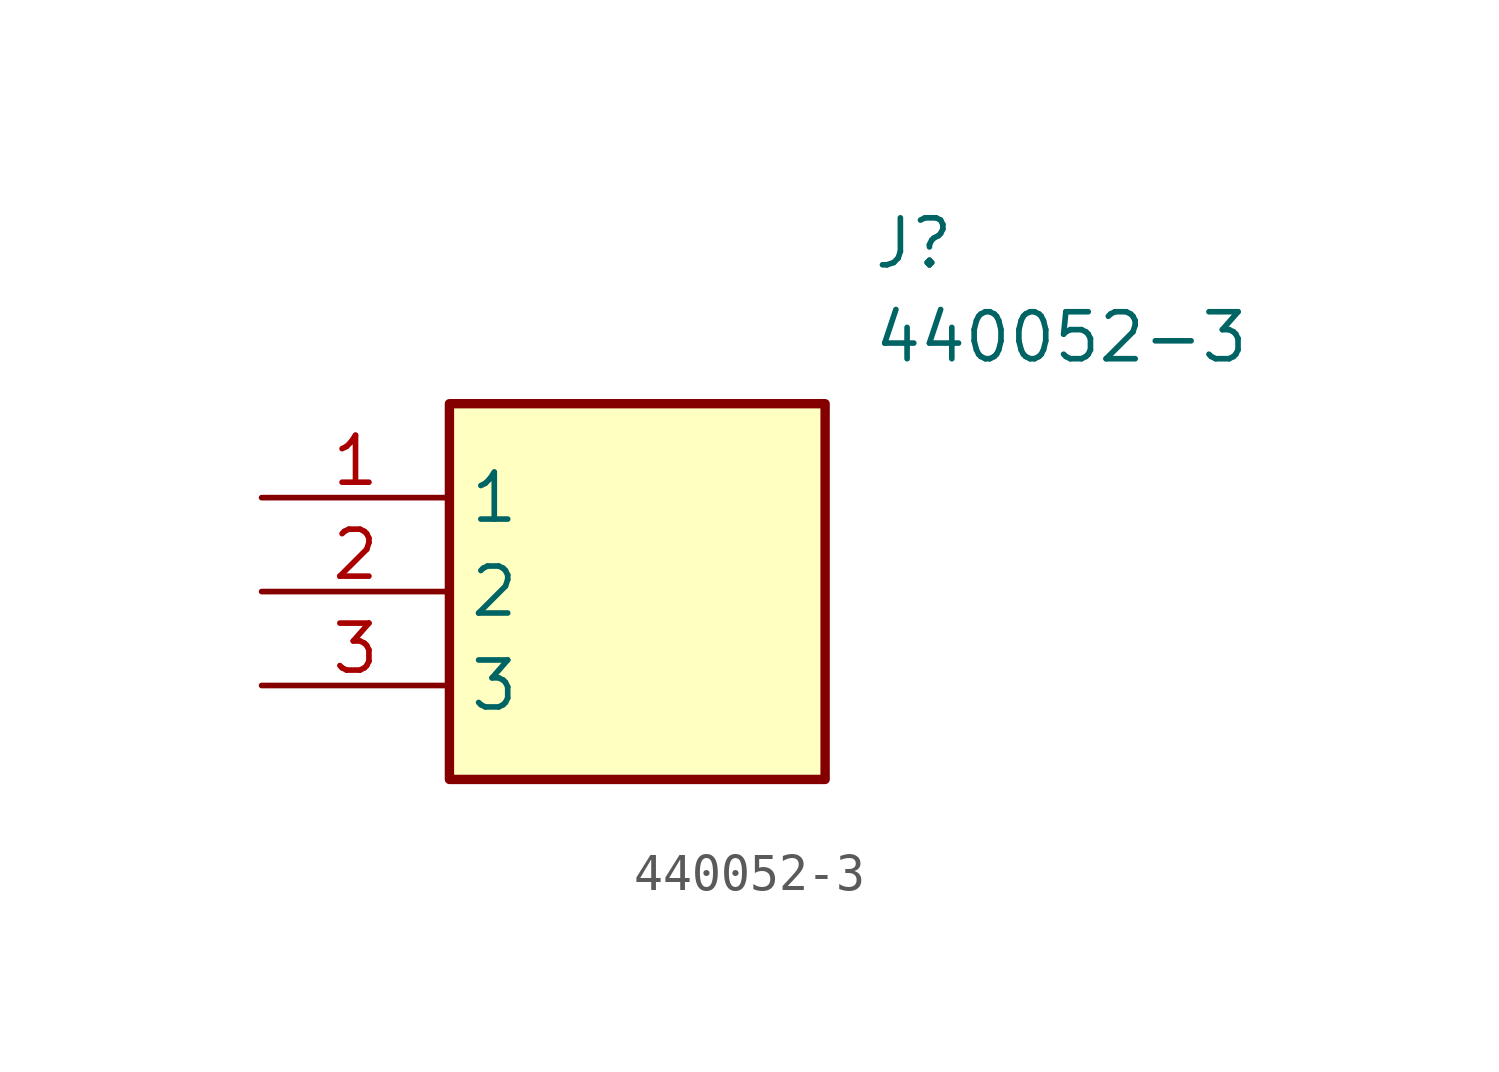
<source format=kicad_sym>
(kicad_symbol_lib
  (version 20220914)
  (generator kicad_symbol_editor)
  (symbol "440052-3"
    (property "Reference" "J"
      (at 16.51 7.62 0)
      (effects (font (size 1.27 1.27)) (justify left top)))
    (property "Value" "440052-3"
      (at 16.51 5.08 0)
      (effects (font (size 1.27 1.27)) (justify left top)))
    (symbol "440052-3_1_1"
      (rectangle (start 5.08 2.54) (end 15.24 -7.62) (stroke (width 0.254) (type default)) (fill (type background)))
      (pin passive line (at 0 0 0) (length 5.08) (name "1" (effects (font (size 1.27 1.27)))) (number "1" (effects (font (size 1.27 1.27)))))
      (pin passive line (at 0 -2.54 0) (length 5.08) (name "2" (effects (font (size 1.27 1.27)))) (number "2" (effects (font (size 1.27 1.27)))))
      (pin passive line (at 0 -5.08 0) (length 5.08) (name "3" (effects (font (size 1.27 1.27)))) (number "3" (effects (font (size 1.27 1.27))))))))
</source>
